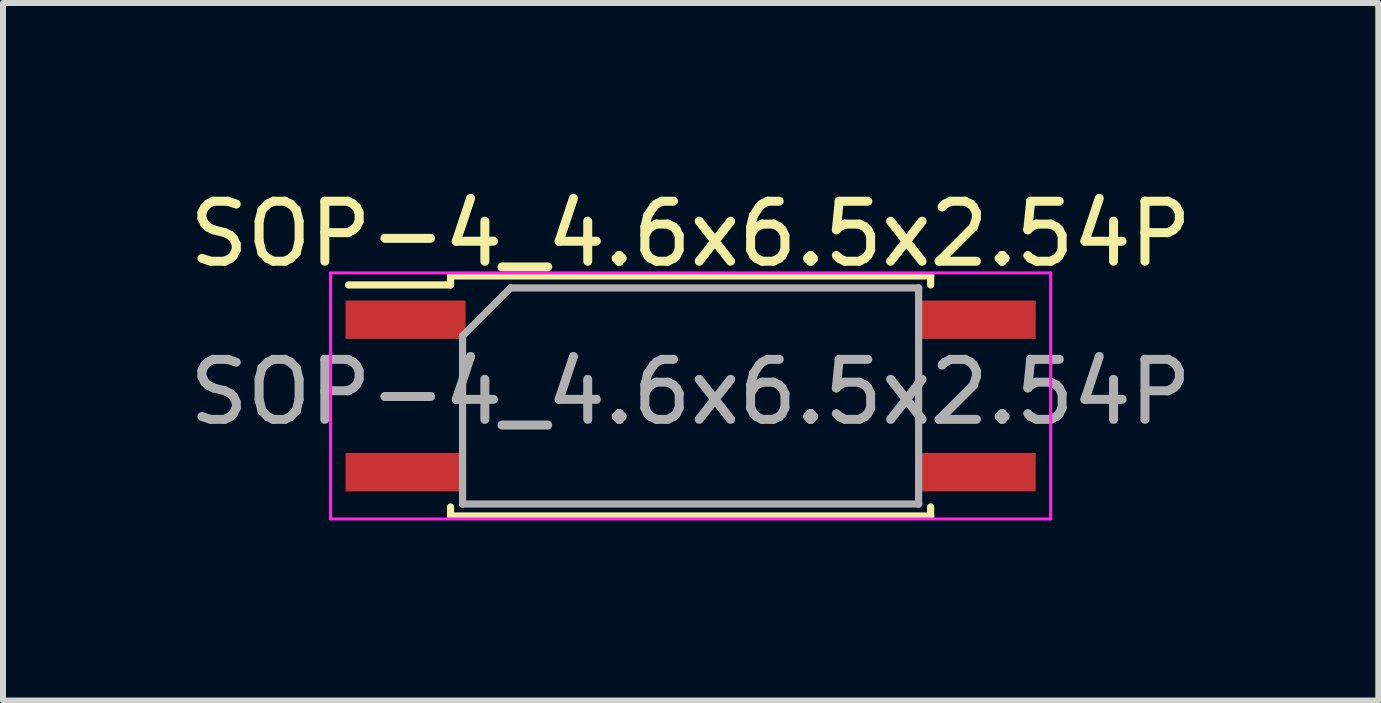
<source format=kicad_pcb>
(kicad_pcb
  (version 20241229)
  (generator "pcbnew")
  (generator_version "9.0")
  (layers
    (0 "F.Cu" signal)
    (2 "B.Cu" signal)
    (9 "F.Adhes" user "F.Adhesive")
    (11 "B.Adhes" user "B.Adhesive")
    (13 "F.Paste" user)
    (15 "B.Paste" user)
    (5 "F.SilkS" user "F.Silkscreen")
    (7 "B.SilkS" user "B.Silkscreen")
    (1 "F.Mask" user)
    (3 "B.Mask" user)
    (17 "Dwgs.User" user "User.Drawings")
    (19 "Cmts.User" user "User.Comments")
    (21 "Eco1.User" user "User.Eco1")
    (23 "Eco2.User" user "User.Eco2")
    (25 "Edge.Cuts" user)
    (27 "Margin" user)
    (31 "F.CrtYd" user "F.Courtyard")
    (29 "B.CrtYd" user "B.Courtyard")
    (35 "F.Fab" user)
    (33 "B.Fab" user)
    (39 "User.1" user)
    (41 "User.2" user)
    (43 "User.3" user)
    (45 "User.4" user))
  (footprint "SOP-4_4.6x6.5x2.54P"
    (layer "F.Cu")
    (at 8.458 3.548)
    (property "Reference" "SOP-4_4.6x6.5x2.54P" (at 0 -2.7 0) (layer "F.SilkS") (effects (font (size 1 1) (thickness 0.15))))
    (attr smd)
    (fp_line (start -4 -2) (end 4 -2) (stroke (width 0.12) (type solid)) (layer "F.SilkS"))
    (fp_line (start -4 -1.85) (end -5.7 -1.85) (stroke (width 0.12) (type solid)) (layer "F.SilkS"))
    (fp_line (start -4 -1.85) (end -4 -2) (stroke (width 0.12) (type solid)) (layer "F.SilkS"))
    (fp_line (start -4 2) (end -4 1.85) (stroke (width 0.12) (type solid)) (layer "F.SilkS"))
    (fp_line (start 4 -2) (end 4 -1.85) (stroke (width 0.12) (type solid)) (layer "F.SilkS"))
    (fp_line (start 4 1.85) (end 4 2) (stroke (width 0.12) (type solid)) (layer "F.SilkS"))
    (fp_line (start 4 2) (end -4 2) (stroke (width 0.12) (type solid)) (layer "F.SilkS"))
    (fp_line (start -6 -2.05) (end -6 2.05) (stroke (width 0.05) (type solid)) (layer "F.CrtYd"))
    (fp_line (start -6 -2.05) (end 6 -2.05) (stroke (width 0.05) (type solid)) (layer "F.CrtYd"))
    (fp_line (start 6 2.05) (end -6 2.05) (stroke (width 0.05) (type solid)) (layer "F.CrtYd"))
    (fp_line (start 6 2.05) (end 6 -2.05) (stroke (width 0.05) (type solid)) (layer "F.CrtYd"))
    (fp_line (start -3.8 -1) (end -3 -1.8) (stroke (width 0.12) (type solid)) (layer "F.Fab"))
    (fp_line (start -3.8 1.8) (end -3.8 -1) (stroke (width 0.12) (type solid)) (layer "F.Fab"))
    (fp_line (start -3 -1.8) (end 3.8 -1.8) (stroke (width 0.12) (type solid)) (layer "F.Fab"))
    (fp_line (start 3.8 -1.8) (end 3.8 1.8) (stroke (width 0.12) (type solid)) (layer "F.Fab"))
    (fp_line (start 3.8 1.8) (end -3.8 1.8) (stroke (width 0.12) (type solid)) (layer "F.Fab"))
    (fp_text user "${REFERENCE}" (at 0 -0.065 0) (layer "F.Fab") (effects (font (size 1 1) (thickness 0.15))))
    (pad "1" smd rect (at -4.75 -1.27) (size 2 0.64) (layers "F.Cu" "F.Mask" "F.Paste"))
    (pad "2" smd rect (at -4.75 1.27) (size 2 0.64) (layers "F.Cu" "F.Mask" "F.Paste"))
    (pad "3" smd rect (at 4.75 1.27) (size 2 0.64) (layers "F.Cu" "F.Mask" "F.Paste"))
    (pad "4" smd rect (at 4.75 -1.27) (size 2 0.64) (layers "F.Cu" "F.Mask" "F.Paste")))
  (gr_rect
    (start -3 -3)
    (end 19.917 8.623)
    (stroke (width 0.1) (type default))
    (fill no)
    (layer "Edge.Cuts")))
</source>
